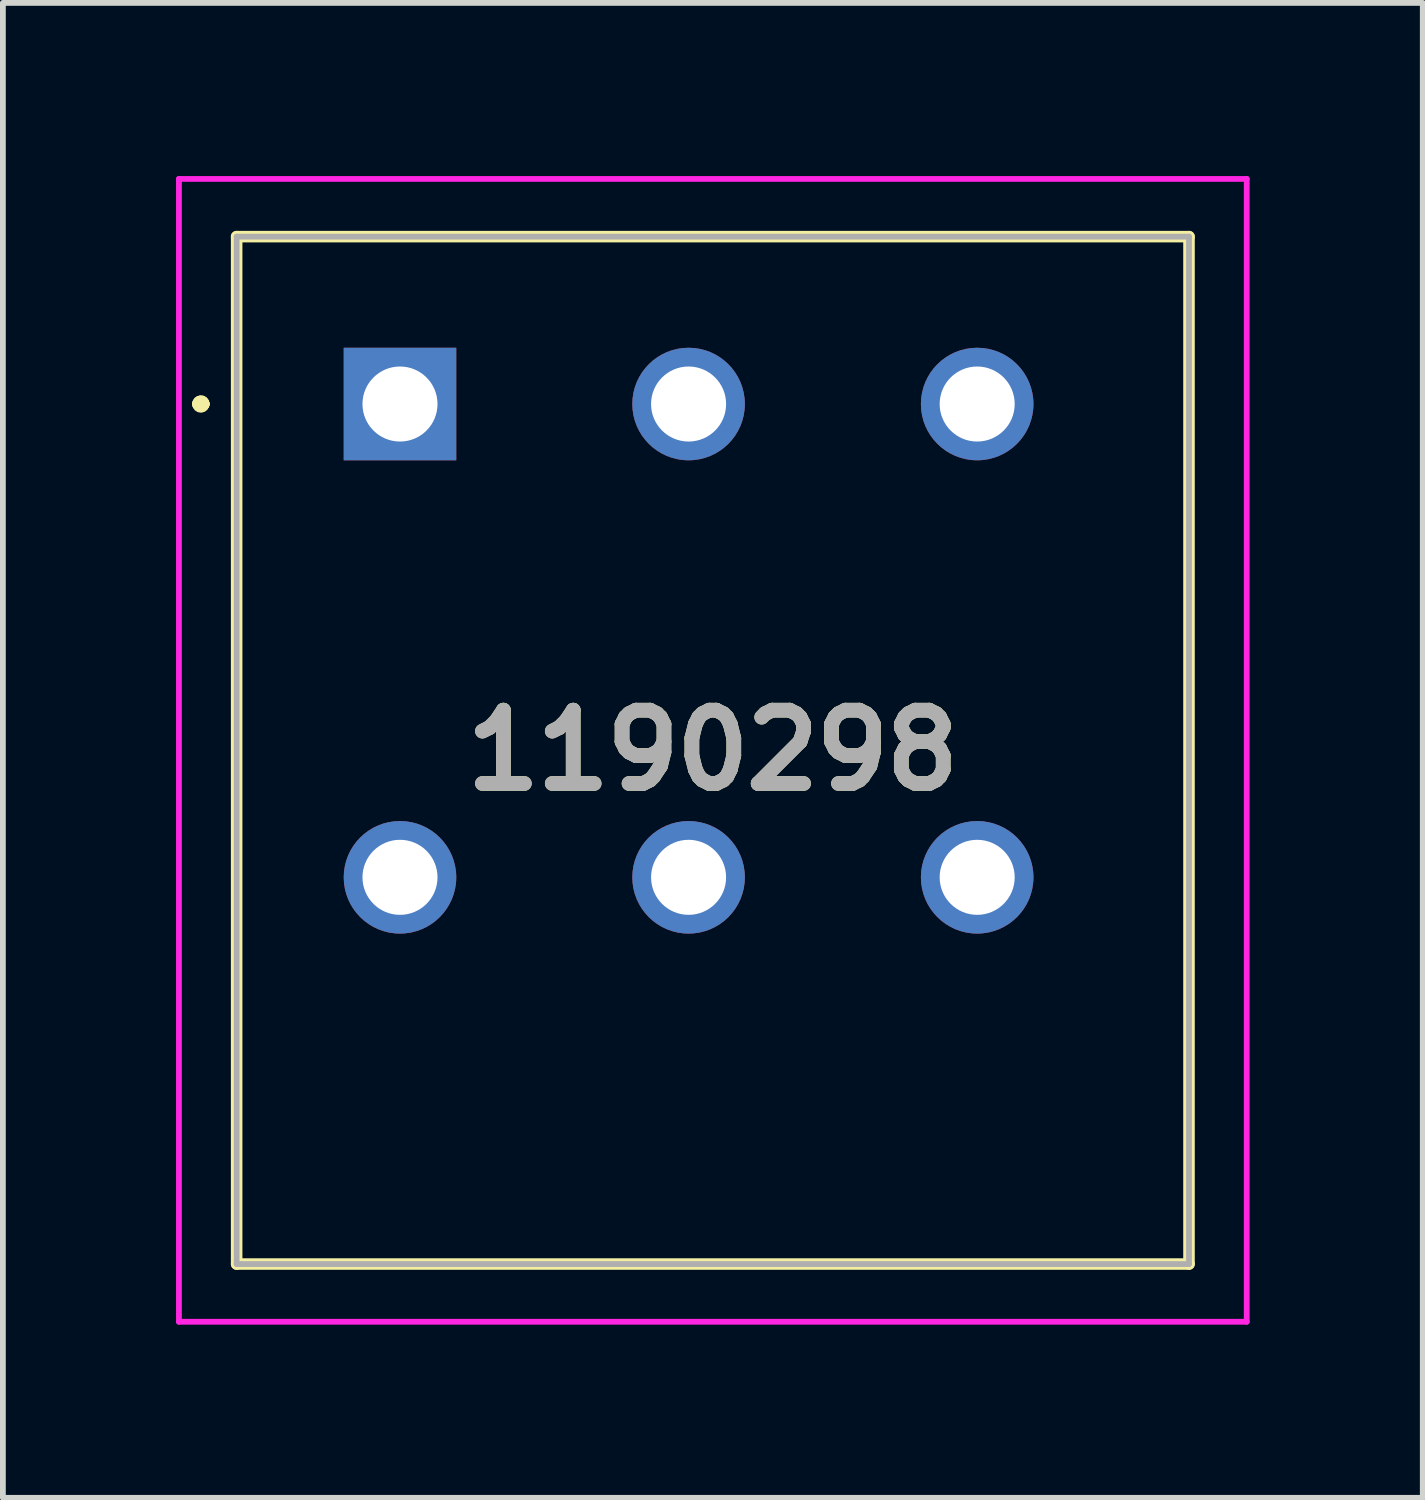
<source format=kicad_pcb>
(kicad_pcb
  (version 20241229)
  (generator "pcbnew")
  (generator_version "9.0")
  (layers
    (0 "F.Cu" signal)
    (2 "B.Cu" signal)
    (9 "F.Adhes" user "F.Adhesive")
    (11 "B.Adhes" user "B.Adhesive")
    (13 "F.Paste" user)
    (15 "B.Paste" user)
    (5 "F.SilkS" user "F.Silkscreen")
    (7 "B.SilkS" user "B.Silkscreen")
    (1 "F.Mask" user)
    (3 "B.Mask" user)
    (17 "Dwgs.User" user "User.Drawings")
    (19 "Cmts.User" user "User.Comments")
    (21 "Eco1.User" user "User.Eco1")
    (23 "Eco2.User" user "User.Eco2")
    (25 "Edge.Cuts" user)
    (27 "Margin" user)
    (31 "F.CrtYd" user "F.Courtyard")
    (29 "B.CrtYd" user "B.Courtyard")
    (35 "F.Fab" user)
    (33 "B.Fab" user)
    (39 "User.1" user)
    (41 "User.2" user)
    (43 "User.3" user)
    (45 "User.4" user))
  (footprint "1190298"
    (layer "F.Cu")
    (at 3.88 3.95)
    (property "Reference" "1190298" (at 5.42 6 0) (layer "F.SilkS") (effects (font (size 1.27 1.27) (thickness 0.254))))
    (attr through_hole)
    (fp_line (start -3.5 0) (end -3.5 0) (stroke (width 0.2) (type solid)) (layer "F.SilkS"))
    (fp_line (start -3.4 0) (end -3.4 0) (stroke (width 0.2) (type solid)) (layer "F.SilkS"))
    (fp_line (start -3.4 0) (end -3.4 0) (stroke (width 0.2) (type solid)) (layer "F.SilkS"))
    (fp_line (start -2.83 -2.9) (end 13.67 -2.9) (stroke (width 0.2) (type solid)) (layer "F.SilkS"))
    (fp_line (start -2.83 14.9) (end -2.83 -2.9) (stroke (width 0.2) (type solid)) (layer "F.SilkS"))
    (fp_line (start 13.67 -2.9) (end 13.67 14.9) (stroke (width 0.2) (type solid)) (layer "F.SilkS"))
    (fp_line (start 13.67 14.9) (end -2.83 14.9) (stroke (width 0.2) (type solid)) (layer "F.SilkS"))
    (fp_arc (start -3.5 0) (mid -3.45 -0.05) (end -3.4 0) (stroke (width 0.2) (type solid)) (layer "F.SilkS"))
    (fp_arc (start -3.5 0) (mid -3.45 -0.05) (end -3.4 0) (stroke (width 0.2) (type solid)) (layer "F.SilkS"))
    (fp_arc (start -3.4 0) (mid -3.45 0.05) (end -3.5 0) (stroke (width 0.2) (type solid)) (layer "F.SilkS"))
    (fp_line (start -3.83 -3.9) (end 14.67 -3.9) (stroke (width 0.1) (type solid)) (layer "F.CrtYd"))
    (fp_line (start -3.83 15.9) (end -3.83 -3.9) (stroke (width 0.1) (type solid)) (layer "F.CrtYd"))
    (fp_line (start 14.67 -3.9) (end 14.67 15.9) (stroke (width 0.1) (type solid)) (layer "F.CrtYd"))
    (fp_line (start 14.67 15.9) (end -3.83 15.9) (stroke (width 0.1) (type solid)) (layer "F.CrtYd"))
    (fp_line (start -2.83 -2.9) (end 13.67 -2.9) (stroke (width 0.1) (type solid)) (layer "F.Fab"))
    (fp_line (start -2.83 14.9) (end -2.83 -2.9) (stroke (width 0.1) (type solid)) (layer "F.Fab"))
    (fp_line (start 13.67 -2.9) (end 13.67 14.9) (stroke (width 0.1) (type solid)) (layer "F.Fab"))
    (fp_line (start 13.67 14.9) (end -2.83 14.9) (stroke (width 0.1) (type solid)) (layer "F.Fab"))
    (fp_text user "${REFERENCE}" (at 5.42 6 0) (layer "F.Fab") (effects (font (size 1.27 1.27) (thickness 0.254))))
    (pad "1" thru_hole rect (at 0 0) (size 1.95 1.95) (drill 1.3) (layers "*.Cu" "*.Mask"))
    (pad "2" thru_hole circle (at 0 8.2) (size 1.95 1.95) (drill 1.3) (layers "*.Cu" "*.Mask"))
    (pad "3" thru_hole circle (at 5 0) (size 1.95 1.95) (drill 1.3) (layers "*.Cu" "*.Mask"))
    (pad "4" thru_hole circle (at 5 8.2) (size 1.95 1.95) (drill 1.3) (layers "*.Cu" "*.Mask"))
    (pad "5" thru_hole circle (at 10 0) (size 1.95 1.95) (drill 1.3) (layers "*.Cu" "*.Mask"))
    (pad "6" thru_hole circle (at 10 8.2) (size 1.95 1.95) (drill 1.3) (layers "*.Cu" "*.Mask")))
  (gr_rect
    (start -3 -3)
    (end 21.6 22.9)
    (stroke (width 0.1) (type default))
    (fill no)
    (layer "Edge.Cuts")))
</source>
